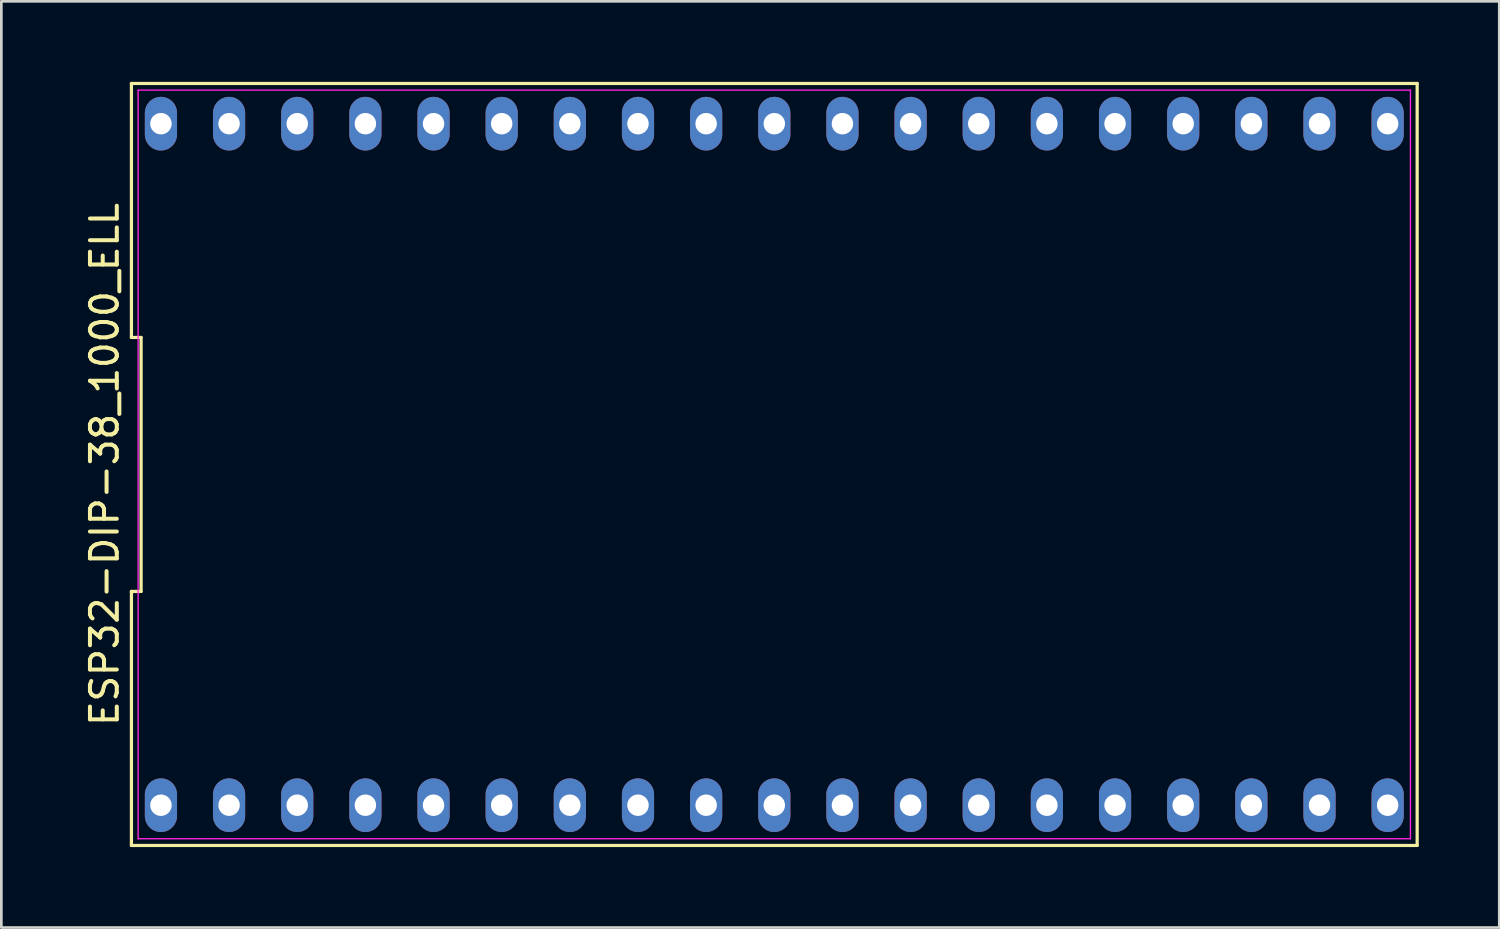
<source format=kicad_pcb>
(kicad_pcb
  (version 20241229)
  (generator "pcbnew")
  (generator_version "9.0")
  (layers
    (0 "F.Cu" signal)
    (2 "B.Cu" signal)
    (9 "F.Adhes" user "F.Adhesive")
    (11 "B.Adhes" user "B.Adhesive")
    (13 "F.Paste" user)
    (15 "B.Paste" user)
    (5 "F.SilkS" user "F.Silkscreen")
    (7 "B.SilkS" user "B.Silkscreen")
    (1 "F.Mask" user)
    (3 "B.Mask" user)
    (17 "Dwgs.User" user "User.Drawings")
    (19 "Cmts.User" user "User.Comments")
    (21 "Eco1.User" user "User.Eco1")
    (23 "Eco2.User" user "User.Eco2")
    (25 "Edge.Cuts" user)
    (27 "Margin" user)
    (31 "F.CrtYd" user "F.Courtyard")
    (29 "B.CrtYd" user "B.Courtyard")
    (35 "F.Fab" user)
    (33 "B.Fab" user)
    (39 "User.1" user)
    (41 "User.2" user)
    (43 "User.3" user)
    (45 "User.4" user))
  (footprint "ESP32-DIP-38_1000_ELL"
    (layer "F.Cu")
    (at 25.808 14.26)
    (property "Reference" "ESP32-DIP-38_1000_ELL" (at -24.96 0 90) (layer "F.SilkS") (effects (font (size 1 1) (thickness 0.15))))
    (attr through_hole)
    (fp_line (start -23.96 -14.2) (end -23.96 -4.733) (stroke (width 0.12) (type solid)) (layer "F.SilkS"))
    (fp_line (start -23.96 -4.733) (end -23.6 -4.733) (stroke (width 0.12) (type solid)) (layer "F.SilkS"))
    (fp_line (start -23.96 4.733) (end -23.96 14.2) (stroke (width 0.12) (type solid)) (layer "F.SilkS"))
    (fp_line (start -23.96 14.2) (end 23.96 14.2) (stroke (width 0.12) (type solid)) (layer "F.SilkS"))
    (fp_line (start -23.6 -4.733) (end -23.6 4.733) (stroke (width 0.12) (type solid)) (layer "F.SilkS"))
    (fp_line (start -23.6 4.733) (end -23.96 4.733) (stroke (width 0.12) (type solid)) (layer "F.SilkS"))
    (fp_line (start 23.96 -14.2) (end -23.96 -14.2) (stroke (width 0.12) (type solid)) (layer "F.SilkS"))
    (fp_line (start 23.96 14.2) (end 23.96 -14.2) (stroke (width 0.12) (type solid)) (layer "F.SilkS"))
    (fp_line (start -23.71 -13.95) (end 23.71 -13.95) (stroke (width 0.05) (type solid)) (layer "F.CrtYd"))
    (fp_line (start -23.71 13.95) (end -23.71 -13.95) (stroke (width 0.05) (type solid)) (layer "F.CrtYd"))
    (fp_line (start 23.71 -13.95) (end 23.71 13.95) (stroke (width 0.05) (type solid)) (layer "F.CrtYd"))
    (fp_line (start 23.71 13.95) (end -23.71 13.95) (stroke (width 0.05) (type solid)) (layer "F.CrtYd"))
    (pad "1" thru_hole oval (at -22.86 12.7) (size 1.2 2) (drill 0.8) (layers "*.Cu" "*.Mask"))
    (pad "2" thru_hole oval (at -20.32 12.7) (size 1.2 2) (drill 0.8) (layers "*.Cu" "*.Mask"))
    (pad "3" thru_hole oval (at -17.78 12.7) (size 1.2 2) (drill 0.8) (layers "*.Cu" "*.Mask"))
    (pad "4" thru_hole oval (at -15.24 12.7) (size 1.2 2) (drill 0.8) (layers "*.Cu" "*.Mask"))
    (pad "5" thru_hole oval (at -12.7 12.7) (size 1.2 2) (drill 0.8) (layers "*.Cu" "*.Mask"))
    (pad "6" thru_hole oval (at -10.16 12.7) (size 1.2 2) (drill 0.8) (layers "*.Cu" "*.Mask"))
    (pad "7" thru_hole oval (at -7.62 12.7) (size 1.2 2) (drill 0.8) (layers "*.Cu" "*.Mask"))
    (pad "8" thru_hole oval (at -5.08 12.7) (size 1.2 2) (drill 0.8) (layers "*.Cu" "*.Mask"))
    (pad "9" thru_hole oval (at -2.54 12.7) (size 1.2 2) (drill 0.8) (layers "*.Cu" "*.Mask"))
    (pad "10" thru_hole oval (at 0 12.7) (size 1.2 2) (drill 0.8) (layers "*.Cu" "*.Mask"))
    (pad "11" thru_hole oval (at 2.54 12.7) (size 1.2 2) (drill 0.8) (layers "*.Cu" "*.Mask"))
    (pad "12" thru_hole oval (at 5.08 12.7) (size 1.2 2) (drill 0.8) (layers "*.Cu" "*.Mask"))
    (pad "13" thru_hole oval (at 7.62 12.7) (size 1.2 2) (drill 0.8) (layers "*.Cu" "*.Mask"))
    (pad "14" thru_hole oval (at 10.16 12.7) (size 1.2 2) (drill 0.8) (layers "*.Cu" "*.Mask"))
    (pad "15" thru_hole oval (at 12.7 12.7) (size 1.2 2) (drill 0.8) (layers "*.Cu" "*.Mask"))
    (pad "16" thru_hole oval (at 15.24 12.7) (size 1.2 2) (drill 0.8) (layers "*.Cu" "*.Mask"))
    (pad "17" thru_hole oval (at 17.78 12.7) (size 1.2 2) (drill 0.8) (layers "*.Cu" "*.Mask"))
    (pad "18" thru_hole oval (at 20.32 12.7) (size 1.2 2) (drill 0.8) (layers "*.Cu" "*.Mask"))
    (pad "19" thru_hole oval (at 22.86 12.7) (size 1.2 2) (drill 0.8) (layers "*.Cu" "*.Mask"))
    (pad "20" thru_hole oval (at 22.86 -12.7) (size 1.2 2) (drill 0.8) (layers "*.Cu" "*.Mask"))
    (pad "21" thru_hole oval (at 20.32 -12.7) (size 1.2 2) (drill 0.8) (layers "*.Cu" "*.Mask"))
    (pad "22" thru_hole oval (at 17.78 -12.7) (size 1.2 2) (drill 0.8) (layers "*.Cu" "*.Mask"))
    (pad "23" thru_hole oval (at 15.24 -12.7) (size 1.2 2) (drill 0.8) (layers "*.Cu" "*.Mask"))
    (pad "24" thru_hole oval (at 12.7 -12.7) (size 1.2 2) (drill 0.8) (layers "*.Cu" "*.Mask"))
    (pad "25" thru_hole oval (at 10.16 -12.7) (size 1.2 2) (drill 0.8) (layers "*.Cu" "*.Mask"))
    (pad "26" thru_hole oval (at 7.62 -12.7) (size 1.2 2) (drill 0.8) (layers "*.Cu" "*.Mask"))
    (pad "27" thru_hole oval (at 5.08 -12.7) (size 1.2 2) (drill 0.8) (layers "*.Cu" "*.Mask"))
    (pad "28" thru_hole oval (at 2.54 -12.7) (size 1.2 2) (drill 0.8) (layers "*.Cu" "*.Mask"))
    (pad "29" thru_hole oval (at 0 -12.7) (size 1.2 2) (drill 0.8) (layers "*.Cu" "*.Mask"))
    (pad "30" thru_hole oval (at -2.54 -12.7) (size 1.2 2) (drill 0.8) (layers "*.Cu" "*.Mask"))
    (pad "31" thru_hole oval (at -5.08 -12.7) (size 1.2 2) (drill 0.8) (layers "*.Cu" "*.Mask"))
    (pad "32" thru_hole oval (at -7.62 -12.7) (size 1.2 2) (drill 0.8) (layers "*.Cu" "*.Mask"))
    (pad "33" thru_hole oval (at -10.16 -12.7) (size 1.2 2) (drill 0.8) (layers "*.Cu" "*.Mask"))
    (pad "34" thru_hole oval (at -12.7 -12.7) (size 1.2 2) (drill 0.8) (layers "*.Cu" "*.Mask"))
    (pad "35" thru_hole oval (at -15.24 -12.7) (size 1.2 2) (drill 0.8) (layers "*.Cu" "*.Mask"))
    (pad "36" thru_hole oval (at -17.78 -12.7) (size 1.2 2) (drill 0.8) (layers "*.Cu" "*.Mask"))
    (pad "37" thru_hole oval (at -20.32 -12.7) (size 1.2 2) (drill 0.8) (layers "*.Cu" "*.Mask"))
    (pad "38" thru_hole oval (at -22.86 -12.7) (size 1.2 2) (drill 0.8) (layers "*.Cu" "*.Mask")))
  (gr_rect
    (start -3 -3)
    (end 52.828 31.52)
    (stroke (width 0.1) (type default))
    (fill no)
    (layer "Edge.Cuts")))
</source>
